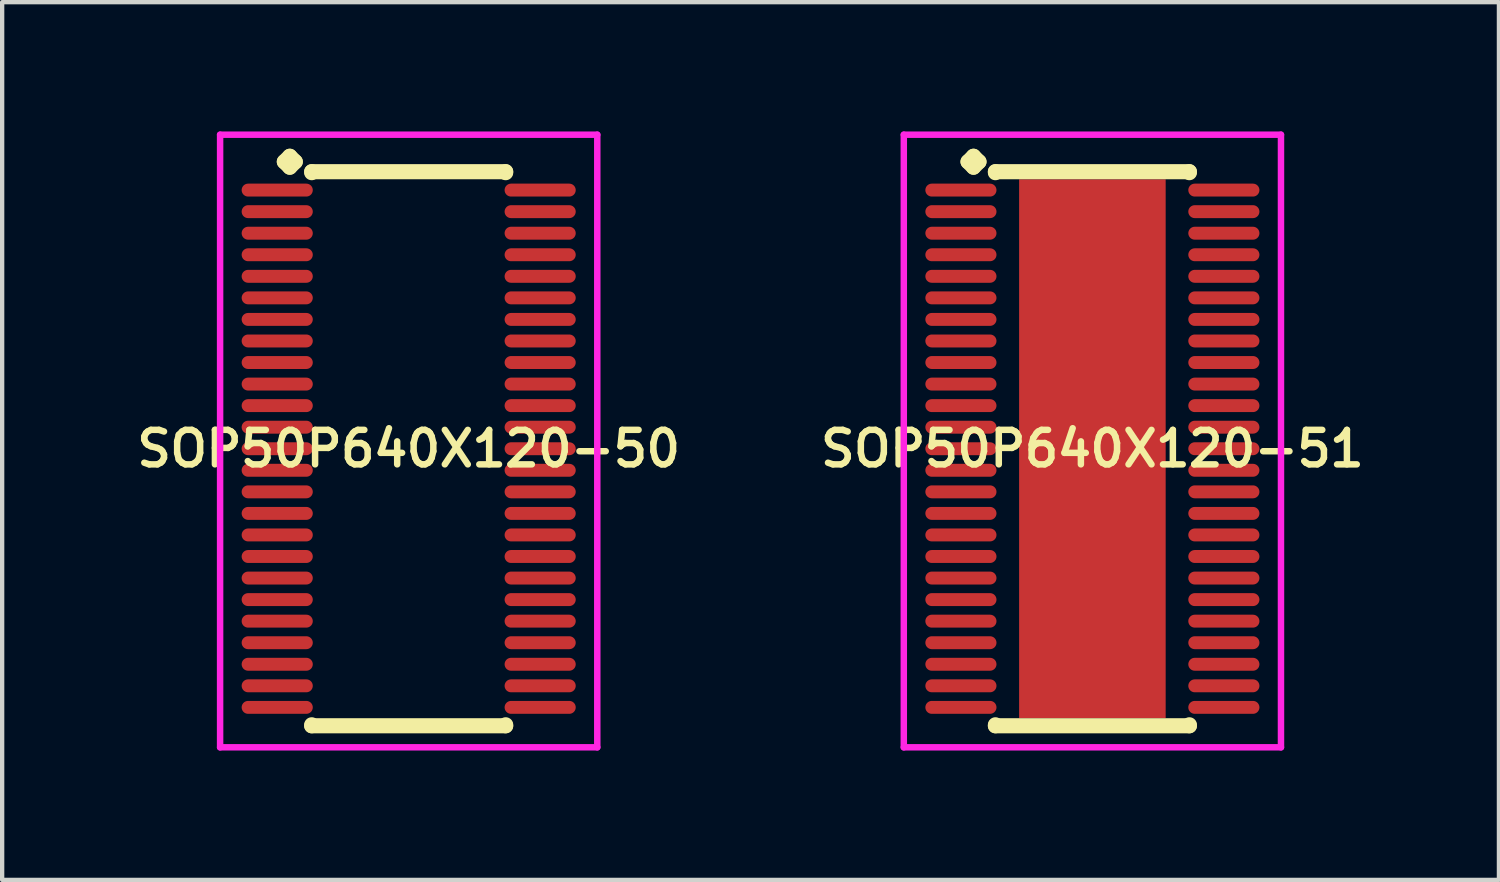
<source format=kicad_pcb>
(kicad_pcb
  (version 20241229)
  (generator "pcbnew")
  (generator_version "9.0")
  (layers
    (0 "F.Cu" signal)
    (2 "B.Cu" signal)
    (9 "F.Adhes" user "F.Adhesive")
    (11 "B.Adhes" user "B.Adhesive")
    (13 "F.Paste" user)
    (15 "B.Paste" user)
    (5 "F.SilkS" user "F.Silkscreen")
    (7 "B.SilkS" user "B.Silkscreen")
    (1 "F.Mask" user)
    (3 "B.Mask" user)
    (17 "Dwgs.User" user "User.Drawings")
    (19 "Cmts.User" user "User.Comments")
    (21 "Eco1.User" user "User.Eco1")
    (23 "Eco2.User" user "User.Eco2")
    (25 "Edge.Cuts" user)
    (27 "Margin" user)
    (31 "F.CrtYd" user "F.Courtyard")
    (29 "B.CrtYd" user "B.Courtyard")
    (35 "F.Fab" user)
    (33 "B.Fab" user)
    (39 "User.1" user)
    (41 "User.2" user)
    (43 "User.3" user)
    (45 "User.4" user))
  (footprint "SOP50P640X120-51"
    (layer "F.Cu")
    (at 22.292 7.36)
    (property "Reference" "SOP50P640X120-51" (at 0 0 0) (layer "F.SilkS") (effects (font (size 0.8 0.8) (thickness 0.15))))
    (attr smd)
    (fp_line (start -2.885 -6.658) (end -2.758 -6.785) (stroke (width 0.35) (type solid)) (layer "F.SilkS"))
    (fp_line (start -2.758 -6.785) (end -2.631 -6.658) (stroke (width 0.35) (type solid)) (layer "F.SilkS"))
    (fp_line (start -2.758 -6.531) (end -2.885 -6.658) (stroke (width 0.35) (type solid)) (layer "F.SilkS"))
    (fp_line (start -2.631 -6.658) (end -2.758 -6.531) (stroke (width 0.35) (type solid)) (layer "F.SilkS"))
    (fp_line (start -2.25 -6.427) (end 2.25 -6.427) (stroke (width 0.35) (type solid)) (layer "F.SilkS"))
    (fp_line (start -2.25 -6.404) (end -2.25 -6.427) (stroke (width 0.35) (type solid)) (layer "F.SilkS"))
    (fp_line (start -2.25 6.404) (end -2.25 6.427) (stroke (width 0.35) (type solid)) (layer "F.SilkS"))
    (fp_line (start -2.25 6.427) (end 2.25 6.427) (stroke (width 0.35) (type solid)) (layer "F.SilkS"))
    (fp_line (start 2.25 -6.427) (end 2.25 -6.404) (stroke (width 0.35) (type solid)) (layer "F.SilkS"))
    (fp_line (start 2.25 6.427) (end 2.25 6.404) (stroke (width 0.35) (type solid)) (layer "F.SilkS"))
    (fp_line (start -4.375 -7.285) (end 4.375 -7.285) (stroke (width 0.15) (type solid)) (layer "F.CrtYd"))
    (fp_line (start -4.375 6.927) (end -4.375 -7.285) (stroke (width 0.15) (type solid)) (layer "F.CrtYd"))
    (fp_line (start 4.375 -7.285) (end 4.375 6.927) (stroke (width 0.15) (type solid)) (layer "F.CrtYd"))
    (fp_line (start 4.375 6.927) (end -4.375 6.927) (stroke (width 0.15) (type solid)) (layer "F.CrtYd"))
    (pad "1" smd oval (at -3.05 -6) (size 1.65 0.3) (layers "F.Cu" "F.Mask" "F.Paste"))
    (pad "2" smd oval (at -3.05 -5.5) (size 1.65 0.3) (layers "F.Cu" "F.Mask" "F.Paste"))
    (pad "3" smd oval (at -3.05 -5) (size 1.65 0.3) (layers "F.Cu" "F.Mask" "F.Paste"))
    (pad "4" smd oval (at -3.05 -4.5) (size 1.65 0.3) (layers "F.Cu" "F.Mask" "F.Paste"))
    (pad "5" smd oval (at -3.05 -4) (size 1.65 0.3) (layers "F.Cu" "F.Mask" "F.Paste"))
    (pad "6" smd oval (at -3.05 -3.5) (size 1.65 0.3) (layers "F.Cu" "F.Mask" "F.Paste"))
    (pad "7" smd oval (at -3.05 -3) (size 1.65 0.3) (layers "F.Cu" "F.Mask" "F.Paste"))
    (pad "8" smd oval (at -3.05 -2.5) (size 1.65 0.3) (layers "F.Cu" "F.Mask" "F.Paste"))
    (pad "9" smd oval (at -3.05 -2) (size 1.65 0.3) (layers "F.Cu" "F.Mask" "F.Paste"))
    (pad "10" smd oval (at -3.05 -1.5) (size 1.65 0.3) (layers "F.Cu" "F.Mask" "F.Paste"))
    (pad "11" smd oval (at -3.05 -1) (size 1.65 0.3) (layers "F.Cu" "F.Mask" "F.Paste"))
    (pad "12" smd oval (at -3.05 -0.5) (size 1.65 0.3) (layers "F.Cu" "F.Mask" "F.Paste"))
    (pad "13" smd oval (at -3.05 0) (size 1.65 0.3) (layers "F.Cu" "F.Mask" "F.Paste"))
    (pad "14" smd oval (at -3.05 0.5) (size 1.65 0.3) (layers "F.Cu" "F.Mask" "F.Paste"))
    (pad "15" smd oval (at -3.05 1) (size 1.65 0.3) (layers "F.Cu" "F.Mask" "F.Paste"))
    (pad "16" smd oval (at -3.05 1.5) (size 1.65 0.3) (layers "F.Cu" "F.Mask" "F.Paste"))
    (pad "17" smd oval (at -3.05 2) (size 1.65 0.3) (layers "F.Cu" "F.Mask" "F.Paste"))
    (pad "18" smd oval (at -3.05 2.5) (size 1.65 0.3) (layers "F.Cu" "F.Mask" "F.Paste"))
    (pad "19" smd oval (at -3.05 3) (size 1.65 0.3) (layers "F.Cu" "F.Mask" "F.Paste"))
    (pad "20" smd oval (at -3.05 3.5) (size 1.65 0.3) (layers "F.Cu" "F.Mask" "F.Paste"))
    (pad "21" smd oval (at -3.05 4) (size 1.65 0.3) (layers "F.Cu" "F.Mask" "F.Paste"))
    (pad "22" smd oval (at -3.05 4.5) (size 1.65 0.3) (layers "F.Cu" "F.Mask" "F.Paste"))
    (pad "23" smd oval (at -3.05 5) (size 1.65 0.3) (layers "F.Cu" "F.Mask" "F.Paste"))
    (pad "24" smd oval (at -3.05 5.5) (size 1.65 0.3) (layers "F.Cu" "F.Mask" "F.Paste"))
    (pad "25" smd oval (at -3.05 6) (size 1.65 0.3) (layers "F.Cu" "F.Mask" "F.Paste"))
    (pad "26" smd oval (at 3.05 6) (size 1.65 0.3) (layers "F.Cu" "F.Mask" "F.Paste"))
    (pad "27" smd oval (at 3.05 5.5) (size 1.65 0.3) (layers "F.Cu" "F.Mask" "F.Paste"))
    (pad "28" smd oval (at 3.05 5) (size 1.65 0.3) (layers "F.Cu" "F.Mask" "F.Paste"))
    (pad "29" smd oval (at 3.05 4.5) (size 1.65 0.3) (layers "F.Cu" "F.Mask" "F.Paste"))
    (pad "30" smd oval (at 3.05 4) (size 1.65 0.3) (layers "F.Cu" "F.Mask" "F.Paste"))
    (pad "31" smd oval (at 3.05 3.5) (size 1.65 0.3) (layers "F.Cu" "F.Mask" "F.Paste"))
    (pad "32" smd oval (at 3.05 3) (size 1.65 0.3) (layers "F.Cu" "F.Mask" "F.Paste"))
    (pad "33" smd oval (at 3.05 2.5) (size 1.65 0.3) (layers "F.Cu" "F.Mask" "F.Paste"))
    (pad "34" smd oval (at 3.05 2) (size 1.65 0.3) (layers "F.Cu" "F.Mask" "F.Paste"))
    (pad "35" smd oval (at 3.05 1.5) (size 1.65 0.3) (layers "F.Cu" "F.Mask" "F.Paste"))
    (pad "36" smd oval (at 3.05 1) (size 1.65 0.3) (layers "F.Cu" "F.Mask" "F.Paste"))
    (pad "37" smd oval (at 3.05 0.5) (size 1.65 0.3) (layers "F.Cu" "F.Mask" "F.Paste"))
    (pad "38" smd oval (at 3.05 0) (size 1.65 0.3) (layers "F.Cu" "F.Mask" "F.Paste"))
    (pad "39" smd oval (at 3.05 -0.5) (size 1.65 0.3) (layers "F.Cu" "F.Mask" "F.Paste"))
    (pad "40" smd oval (at 3.05 -1) (size 1.65 0.3) (layers "F.Cu" "F.Mask" "F.Paste"))
    (pad "41" smd oval (at 3.05 -1.5) (size 1.65 0.3) (layers "F.Cu" "F.Mask" "F.Paste"))
    (pad "42" smd oval (at 3.05 -2) (size 1.65 0.3) (layers "F.Cu" "F.Mask" "F.Paste"))
    (pad "43" smd oval (at 3.05 -2.5) (size 1.65 0.3) (layers "F.Cu" "F.Mask" "F.Paste"))
    (pad "44" smd oval (at 3.05 -3) (size 1.65 0.3) (layers "F.Cu" "F.Mask" "F.Paste"))
    (pad "45" smd oval (at 3.05 -3.5) (size 1.65 0.3) (layers "F.Cu" "F.Mask" "F.Paste"))
    (pad "46" smd oval (at 3.05 -4) (size 1.65 0.3) (layers "F.Cu" "F.Mask" "F.Paste"))
    (pad "47" smd oval (at 3.05 -4.5) (size 1.65 0.3) (layers "F.Cu" "F.Mask" "F.Paste"))
    (pad "48" smd oval (at 3.05 -5) (size 1.65 0.3) (layers "F.Cu" "F.Mask" "F.Paste"))
    (pad "49" smd oval (at 3.05 -5.5) (size 1.65 0.3) (layers "F.Cu" "F.Mask" "F.Paste"))
    (pad "50" smd oval (at 3.05 -6) (size 1.65 0.3) (layers "F.Cu" "F.Mask" "F.Paste"))
    (pad "51" smd rect (at 0 0) (size 3.4 12.5) (layers "F.Cu" "F.Mask" "F.Paste")))
  (footprint "SOP50P640X120-50"
    (layer "F.Cu")
    (at 6.431 7.36)
    (property "Reference" "SOP50P640X120-50" (at 0 0 0) (layer "F.SilkS") (effects (font (size 0.8 0.8) (thickness 0.15))))
    (attr smd)
    (fp_line (start -2.885 -6.658) (end -2.758 -6.785) (stroke (width 0.35) (type solid)) (layer "F.SilkS"))
    (fp_line (start -2.758 -6.785) (end -2.631 -6.658) (stroke (width 0.35) (type solid)) (layer "F.SilkS"))
    (fp_line (start -2.758 -6.531) (end -2.885 -6.658) (stroke (width 0.35) (type solid)) (layer "F.SilkS"))
    (fp_line (start -2.631 -6.658) (end -2.758 -6.531) (stroke (width 0.35) (type solid)) (layer "F.SilkS"))
    (fp_line (start -2.25 -6.427) (end 2.25 -6.427) (stroke (width 0.35) (type solid)) (layer "F.SilkS"))
    (fp_line (start -2.25 -6.404) (end -2.25 -6.427) (stroke (width 0.35) (type solid)) (layer "F.SilkS"))
    (fp_line (start -2.25 6.404) (end -2.25 6.427) (stroke (width 0.35) (type solid)) (layer "F.SilkS"))
    (fp_line (start -2.25 6.427) (end 2.25 6.427) (stroke (width 0.35) (type solid)) (layer "F.SilkS"))
    (fp_line (start 2.25 -6.427) (end 2.25 -6.404) (stroke (width 0.35) (type solid)) (layer "F.SilkS"))
    (fp_line (start 2.25 6.427) (end 2.25 6.404) (stroke (width 0.35) (type solid)) (layer "F.SilkS"))
    (fp_line (start -4.375 -7.285) (end 4.375 -7.285) (stroke (width 0.15) (type solid)) (layer "F.CrtYd"))
    (fp_line (start -4.375 6.927) (end -4.375 -7.285) (stroke (width 0.15) (type solid)) (layer "F.CrtYd"))
    (fp_line (start 4.375 -7.285) (end 4.375 6.927) (stroke (width 0.15) (type solid)) (layer "F.CrtYd"))
    (fp_line (start 4.375 6.927) (end -4.375 6.927) (stroke (width 0.15) (type solid)) (layer "F.CrtYd"))
    (pad "1" smd oval (at -3.05 -6) (size 1.65 0.3) (layers "F.Cu" "F.Mask" "F.Paste"))
    (pad "2" smd oval (at -3.05 -5.5) (size 1.65 0.3) (layers "F.Cu" "F.Mask" "F.Paste"))
    (pad "3" smd oval (at -3.05 -5) (size 1.65 0.3) (layers "F.Cu" "F.Mask" "F.Paste"))
    (pad "4" smd oval (at -3.05 -4.5) (size 1.65 0.3) (layers "F.Cu" "F.Mask" "F.Paste"))
    (pad "5" smd oval (at -3.05 -4) (size 1.65 0.3) (layers "F.Cu" "F.Mask" "F.Paste"))
    (pad "6" smd oval (at -3.05 -3.5) (size 1.65 0.3) (layers "F.Cu" "F.Mask" "F.Paste"))
    (pad "7" smd oval (at -3.05 -3) (size 1.65 0.3) (layers "F.Cu" "F.Mask" "F.Paste"))
    (pad "8" smd oval (at -3.05 -2.5) (size 1.65 0.3) (layers "F.Cu" "F.Mask" "F.Paste"))
    (pad "9" smd oval (at -3.05 -2) (size 1.65 0.3) (layers "F.Cu" "F.Mask" "F.Paste"))
    (pad "10" smd oval (at -3.05 -1.5) (size 1.65 0.3) (layers "F.Cu" "F.Mask" "F.Paste"))
    (pad "11" smd oval (at -3.05 -1) (size 1.65 0.3) (layers "F.Cu" "F.Mask" "F.Paste"))
    (pad "12" smd oval (at -3.05 -0.5) (size 1.65 0.3) (layers "F.Cu" "F.Mask" "F.Paste"))
    (pad "13" smd oval (at -3.05 0) (size 1.65 0.3) (layers "F.Cu" "F.Mask" "F.Paste"))
    (pad "14" smd oval (at -3.05 0.5) (size 1.65 0.3) (layers "F.Cu" "F.Mask" "F.Paste"))
    (pad "15" smd oval (at -3.05 1) (size 1.65 0.3) (layers "F.Cu" "F.Mask" "F.Paste"))
    (pad "16" smd oval (at -3.05 1.5) (size 1.65 0.3) (layers "F.Cu" "F.Mask" "F.Paste"))
    (pad "17" smd oval (at -3.05 2) (size 1.65 0.3) (layers "F.Cu" "F.Mask" "F.Paste"))
    (pad "18" smd oval (at -3.05 2.5) (size 1.65 0.3) (layers "F.Cu" "F.Mask" "F.Paste"))
    (pad "19" smd oval (at -3.05 3) (size 1.65 0.3) (layers "F.Cu" "F.Mask" "F.Paste"))
    (pad "20" smd oval (at -3.05 3.5) (size 1.65 0.3) (layers "F.Cu" "F.Mask" "F.Paste"))
    (pad "21" smd oval (at -3.05 4) (size 1.65 0.3) (layers "F.Cu" "F.Mask" "F.Paste"))
    (pad "22" smd oval (at -3.05 4.5) (size 1.65 0.3) (layers "F.Cu" "F.Mask" "F.Paste"))
    (pad "23" smd oval (at -3.05 5) (size 1.65 0.3) (layers "F.Cu" "F.Mask" "F.Paste"))
    (pad "24" smd oval (at -3.05 5.5) (size 1.65 0.3) (layers "F.Cu" "F.Mask" "F.Paste"))
    (pad "25" smd oval (at -3.05 6) (size 1.65 0.3) (layers "F.Cu" "F.Mask" "F.Paste"))
    (pad "26" smd oval (at 3.05 6) (size 1.65 0.3) (layers "F.Cu" "F.Mask" "F.Paste"))
    (pad "27" smd oval (at 3.05 5.5) (size 1.65 0.3) (layers "F.Cu" "F.Mask" "F.Paste"))
    (pad "28" smd oval (at 3.05 5) (size 1.65 0.3) (layers "F.Cu" "F.Mask" "F.Paste"))
    (pad "29" smd oval (at 3.05 4.5) (size 1.65 0.3) (layers "F.Cu" "F.Mask" "F.Paste"))
    (pad "30" smd oval (at 3.05 4) (size 1.65 0.3) (layers "F.Cu" "F.Mask" "F.Paste"))
    (pad "31" smd oval (at 3.05 3.5) (size 1.65 0.3) (layers "F.Cu" "F.Mask" "F.Paste"))
    (pad "32" smd oval (at 3.05 3) (size 1.65 0.3) (layers "F.Cu" "F.Mask" "F.Paste"))
    (pad "33" smd oval (at 3.05 2.5) (size 1.65 0.3) (layers "F.Cu" "F.Mask" "F.Paste"))
    (pad "34" smd oval (at 3.05 2) (size 1.65 0.3) (layers "F.Cu" "F.Mask" "F.Paste"))
    (pad "35" smd oval (at 3.05 1.5) (size 1.65 0.3) (layers "F.Cu" "F.Mask" "F.Paste"))
    (pad "36" smd oval (at 3.05 1) (size 1.65 0.3) (layers "F.Cu" "F.Mask" "F.Paste"))
    (pad "37" smd oval (at 3.05 0.5) (size 1.65 0.3) (layers "F.Cu" "F.Mask" "F.Paste"))
    (pad "38" smd oval (at 3.05 0) (size 1.65 0.3) (layers "F.Cu" "F.Mask" "F.Paste"))
    (pad "39" smd oval (at 3.05 -0.5) (size 1.65 0.3) (layers "F.Cu" "F.Mask" "F.Paste"))
    (pad "40" smd oval (at 3.05 -1) (size 1.65 0.3) (layers "F.Cu" "F.Mask" "F.Paste"))
    (pad "41" smd oval (at 3.05 -1.5) (size 1.65 0.3) (layers "F.Cu" "F.Mask" "F.Paste"))
    (pad "42" smd oval (at 3.05 -2) (size 1.65 0.3) (layers "F.Cu" "F.Mask" "F.Paste"))
    (pad "43" smd oval (at 3.05 -2.5) (size 1.65 0.3) (layers "F.Cu" "F.Mask" "F.Paste"))
    (pad "44" smd oval (at 3.05 -3) (size 1.65 0.3) (layers "F.Cu" "F.Mask" "F.Paste"))
    (pad "45" smd oval (at 3.05 -3.5) (size 1.65 0.3) (layers "F.Cu" "F.Mask" "F.Paste"))
    (pad "46" smd oval (at 3.05 -4) (size 1.65 0.3) (layers "F.Cu" "F.Mask" "F.Paste"))
    (pad "47" smd oval (at 3.05 -4.5) (size 1.65 0.3) (layers "F.Cu" "F.Mask" "F.Paste"))
    (pad "48" smd oval (at 3.05 -5) (size 1.65 0.3) (layers "F.Cu" "F.Mask" "F.Paste"))
    (pad "49" smd oval (at 3.05 -5.5) (size 1.65 0.3) (layers "F.Cu" "F.Mask" "F.Paste"))
    (pad "50" smd oval (at 3.05 -6) (size 1.65 0.3) (layers "F.Cu" "F.Mask" "F.Paste")))
  (gr_rect
    (start -3 -3)
    (end 31.723 17.362)
    (stroke (width 0.1) (type default))
    (fill no)
    (layer "Edge.Cuts")))
</source>
